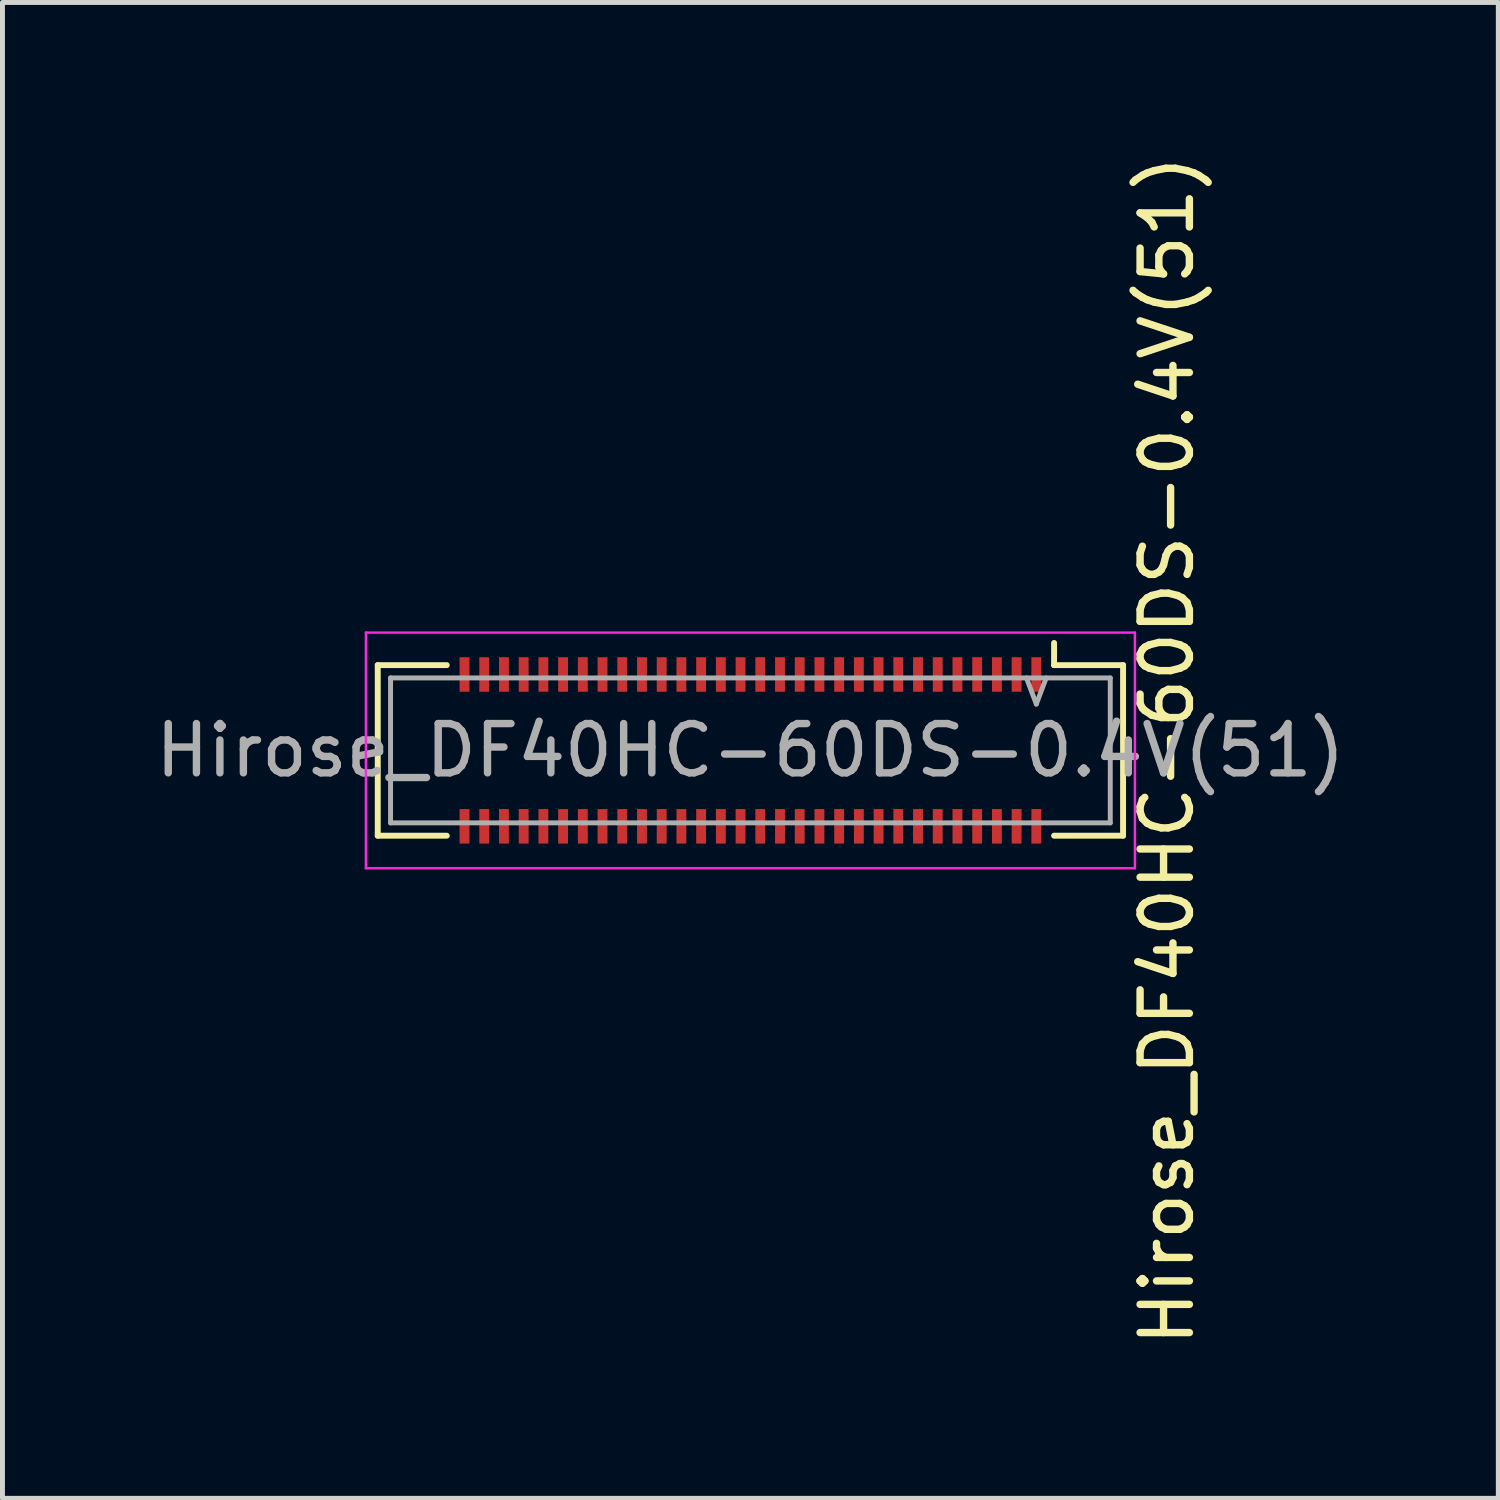
<source format=kicad_pcb>
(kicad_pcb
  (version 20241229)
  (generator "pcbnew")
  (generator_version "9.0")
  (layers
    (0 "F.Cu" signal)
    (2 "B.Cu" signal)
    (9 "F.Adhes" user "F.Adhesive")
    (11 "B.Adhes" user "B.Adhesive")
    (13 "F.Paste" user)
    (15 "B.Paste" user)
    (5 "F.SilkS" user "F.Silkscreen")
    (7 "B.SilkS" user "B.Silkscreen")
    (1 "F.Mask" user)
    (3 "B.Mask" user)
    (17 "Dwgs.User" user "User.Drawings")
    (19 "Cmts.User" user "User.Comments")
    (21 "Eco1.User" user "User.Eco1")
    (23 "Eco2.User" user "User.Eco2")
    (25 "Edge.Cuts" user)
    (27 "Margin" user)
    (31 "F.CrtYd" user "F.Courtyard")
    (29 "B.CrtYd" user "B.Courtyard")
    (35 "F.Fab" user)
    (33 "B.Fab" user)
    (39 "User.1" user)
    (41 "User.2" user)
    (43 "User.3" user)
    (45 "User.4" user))
  (footprint "Hirose_DF40HC-60DS-0.4V(51)"
    (layer "F.Cu")
    (at 12.173 12.173)
    (property "Reference" "Hirose_DF40HC-60DS-0.4V(51)" (at 8.45 0 90) (layer "F.SilkS") (effects (font (size 1 1) (thickness 0.15))))
    (attr through_hole)
    (fp_line (start -7.56 1.73) (end -7.56 -1.73) (stroke (width 0.12) (type solid)) (layer "F.SilkS"))
    (fp_line (start -6.16 -1.73) (end -7.56 -1.73) (stroke (width 0.12) (type solid)) (layer "F.SilkS"))
    (fp_line (start -6.16 1.73) (end -7.56 1.73) (stroke (width 0.12) (type solid)) (layer "F.SilkS"))
    (fp_line (start 6.16 -1.73) (end 6.16 -2.18) (stroke (width 0.12) (type solid)) (layer "F.SilkS"))
    (fp_line (start 6.16 -1.73) (end 7.56 -1.73) (stroke (width 0.12) (type solid)) (layer "F.SilkS"))
    (fp_line (start 6.16 1.73) (end 7.56 1.73) (stroke (width 0.12) (type solid)) (layer "F.SilkS"))
    (fp_line (start 7.56 -1.73) (end 7.56 1.73) (stroke (width 0.12) (type solid)) (layer "F.SilkS"))
    (fp_poly (pts (xy -5.9 0.75) (xy -5.7 0.75) (xy -5.7 1.19) (xy -5.9 1.19)) (stroke (width 0.001) (type solid)) (fill no) (layer "Cmts.User"))
    (fp_poly (pts (xy -5.7 -0.75) (xy -5.9 -0.75) (xy -5.9 -1.19) (xy -5.7 -1.19)) (stroke (width 0.001) (type solid)) (fill no) (layer "Cmts.User"))
    (fp_poly (pts (xy -5.5 0.75) (xy -5.3 0.75) (xy -5.3 1.19) (xy -5.5 1.19)) (stroke (width 0.001) (type solid)) (fill no) (layer "Cmts.User"))
    (fp_poly (pts (xy -5.3 -0.75) (xy -5.5 -0.75) (xy -5.5 -1.19) (xy -5.3 -1.19)) (stroke (width 0.001) (type solid)) (fill no) (layer "Cmts.User"))
    (fp_poly (pts (xy -5.1 0.75) (xy -4.9 0.75) (xy -4.9 1.19) (xy -5.1 1.19)) (stroke (width 0.001) (type solid)) (fill no) (layer "Cmts.User"))
    (fp_poly (pts (xy -4.9 -0.75) (xy -5.1 -0.75) (xy -5.1 -1.19) (xy -4.9 -1.19)) (stroke (width 0.001) (type solid)) (fill no) (layer "Cmts.User"))
    (fp_poly (pts (xy -4.7 0.75) (xy -4.5 0.75) (xy -4.5 1.19) (xy -4.7 1.19)) (stroke (width 0.001) (type solid)) (fill no) (layer "Cmts.User"))
    (fp_poly (pts (xy -4.5 -0.75) (xy -4.7 -0.75) (xy -4.7 -1.19) (xy -4.5 -1.19)) (stroke (width 0.001) (type solid)) (fill no) (layer "Cmts.User"))
    (fp_poly (pts (xy -4.3 0.75) (xy -4.1 0.75) (xy -4.1 1.19) (xy -4.3 1.19)) (stroke (width 0.001) (type solid)) (fill no) (layer "Cmts.User"))
    (fp_poly (pts (xy -4.1 -0.75) (xy -4.3 -0.75) (xy -4.3 -1.19) (xy -4.1 -1.19)) (stroke (width 0.001) (type solid)) (fill no) (layer "Cmts.User"))
    (fp_poly (pts (xy -3.9 0.75) (xy -3.7 0.75) (xy -3.7 1.19) (xy -3.9 1.19)) (stroke (width 0.001) (type solid)) (fill no) (layer "Cmts.User"))
    (fp_poly (pts (xy -3.7 -0.75) (xy -3.9 -0.75) (xy -3.9 -1.19) (xy -3.7 -1.19)) (stroke (width 0.001) (type solid)) (fill no) (layer "Cmts.User"))
    (fp_poly (pts (xy -3.5 0.75) (xy -3.3 0.75) (xy -3.3 1.19) (xy -3.5 1.19)) (stroke (width 0.001) (type solid)) (fill no) (layer "Cmts.User"))
    (fp_poly (pts (xy -3.3 -0.75) (xy -3.5 -0.75) (xy -3.5 -1.19) (xy -3.3 -1.19)) (stroke (width 0.001) (type solid)) (fill no) (layer "Cmts.User"))
    (fp_poly (pts (xy -3.1 0.75) (xy -2.9 0.75) (xy -2.9 1.19) (xy -3.1 1.19)) (stroke (width 0.001) (type solid)) (fill no) (layer "Cmts.User"))
    (fp_poly (pts (xy -2.9 -0.75) (xy -3.1 -0.75) (xy -3.1 -1.19) (xy -2.9 -1.19)) (stroke (width 0.001) (type solid)) (fill no) (layer "Cmts.User"))
    (fp_poly (pts (xy -2.7 0.75) (xy -2.5 0.75) (xy -2.5 1.19) (xy -2.7 1.19)) (stroke (width 0.001) (type solid)) (fill no) (layer "Cmts.User"))
    (fp_poly (pts (xy -2.5 -0.75) (xy -2.7 -0.75) (xy -2.7 -1.19) (xy -2.5 -1.19)) (stroke (width 0.001) (type solid)) (fill no) (layer "Cmts.User"))
    (fp_poly (pts (xy -2.3 0.75) (xy -2.1 0.75) (xy -2.1 1.19) (xy -2.3 1.19)) (stroke (width 0.001) (type solid)) (fill no) (layer "Cmts.User"))
    (fp_poly (pts (xy -2.1 -0.75) (xy -2.3 -0.75) (xy -2.3 -1.19) (xy -2.1 -1.19)) (stroke (width 0.001) (type solid)) (fill no) (layer "Cmts.User"))
    (fp_poly (pts (xy -1.9 0.75) (xy -1.7 0.75) (xy -1.7 1.19) (xy -1.9 1.19)) (stroke (width 0.001) (type solid)) (fill no) (layer "Cmts.User"))
    (fp_poly (pts (xy -1.7 -0.75) (xy -1.9 -0.75) (xy -1.9 -1.19) (xy -1.7 -1.19)) (stroke (width 0.001) (type solid)) (fill no) (layer "Cmts.User"))
    (fp_poly (pts (xy -1.5 0.75) (xy -1.3 0.75) (xy -1.3 1.19) (xy -1.5 1.19)) (stroke (width 0.001) (type solid)) (fill no) (layer "Cmts.User"))
    (fp_poly (pts (xy -1.3 -0.75) (xy -1.5 -0.75) (xy -1.5 -1.19) (xy -1.3 -1.19)) (stroke (width 0.001) (type solid)) (fill no) (layer "Cmts.User"))
    (fp_poly (pts (xy -1.1 0.75) (xy -0.9 0.75) (xy -0.9 1.19) (xy -1.1 1.19)) (stroke (width 0.001) (type solid)) (fill no) (layer "Cmts.User"))
    (fp_poly (pts (xy -0.9 -0.75) (xy -1.1 -0.75) (xy -1.1 -1.19) (xy -0.9 -1.19)) (stroke (width 0.001) (type solid)) (fill no) (layer "Cmts.User"))
    (fp_poly (pts (xy -0.7 0.75) (xy -0.5 0.75) (xy -0.5 1.19) (xy -0.7 1.19)) (stroke (width 0.001) (type solid)) (fill no) (layer "Cmts.User"))
    (fp_poly (pts (xy -0.5 -0.75) (xy -0.7 -0.75) (xy -0.7 -1.19) (xy -0.5 -1.19)) (stroke (width 0.001) (type solid)) (fill no) (layer "Cmts.User"))
    (fp_poly (pts (xy -0.3 0.75) (xy -0.1 0.75) (xy -0.1 1.19) (xy -0.3 1.19)) (stroke (width 0.001) (type solid)) (fill no) (layer "Cmts.User"))
    (fp_poly (pts (xy -0.1 -0.75) (xy -0.3 -0.75) (xy -0.3 -1.19) (xy -0.1 -1.19)) (stroke (width 0.001) (type solid)) (fill no) (layer "Cmts.User"))
    (fp_poly (pts (xy 0.1 0.75) (xy 0.3 0.75) (xy 0.3 1.19) (xy 0.1 1.19)) (stroke (width 0.001) (type solid)) (fill no) (layer "Cmts.User"))
    (fp_poly (pts (xy 0.3 -0.75) (xy 0.1 -0.75) (xy 0.1 -1.19) (xy 0.3 -1.19)) (stroke (width 0.001) (type solid)) (fill no) (layer "Cmts.User"))
    (fp_poly (pts (xy 0.5 0.75) (xy 0.7 0.75) (xy 0.7 1.19) (xy 0.5 1.19)) (stroke (width 0.001) (type solid)) (fill no) (layer "Cmts.User"))
    (fp_poly (pts (xy 0.7 -0.75) (xy 0.5 -0.75) (xy 0.5 -1.19) (xy 0.7 -1.19)) (stroke (width 0.001) (type solid)) (fill no) (layer "Cmts.User"))
    (fp_poly (pts (xy 0.9 0.75) (xy 1.1 0.75) (xy 1.1 1.19) (xy 0.9 1.19)) (stroke (width 0.001) (type solid)) (fill no) (layer "Cmts.User"))
    (fp_poly (pts (xy 1.1 -0.75) (xy 0.9 -0.75) (xy 0.9 -1.19) (xy 1.1 -1.19)) (stroke (width 0.001) (type solid)) (fill no) (layer "Cmts.User"))
    (fp_poly (pts (xy 1.3 0.75) (xy 1.5 0.75) (xy 1.5 1.19) (xy 1.3 1.19)) (stroke (width 0.001) (type solid)) (fill no) (layer "Cmts.User"))
    (fp_poly (pts (xy 1.5 -0.75) (xy 1.3 -0.75) (xy 1.3 -1.19) (xy 1.5 -1.19)) (stroke (width 0.001) (type solid)) (fill no) (layer "Cmts.User"))
    (fp_poly (pts (xy 1.7 0.75) (xy 1.9 0.75) (xy 1.9 1.19) (xy 1.7 1.19)) (stroke (width 0.001) (type solid)) (fill no) (layer "Cmts.User"))
    (fp_poly (pts (xy 1.9 -0.75) (xy 1.7 -0.75) (xy 1.7 -1.19) (xy 1.9 -1.19)) (stroke (width 0.001) (type solid)) (fill no) (layer "Cmts.User"))
    (fp_poly (pts (xy 2.1 0.75) (xy 2.3 0.75) (xy 2.3 1.19) (xy 2.1 1.19)) (stroke (width 0.001) (type solid)) (fill no) (layer "Cmts.User"))
    (fp_poly (pts (xy 2.3 -0.75) (xy 2.1 -0.75) (xy 2.1 -1.19) (xy 2.3 -1.19)) (stroke (width 0.001) (type solid)) (fill no) (layer "Cmts.User"))
    (fp_poly (pts (xy 2.5 0.75) (xy 2.7 0.75) (xy 2.7 1.19) (xy 2.5 1.19)) (stroke (width 0.001) (type solid)) (fill no) (layer "Cmts.User"))
    (fp_poly (pts (xy 2.7 -0.75) (xy 2.5 -0.75) (xy 2.5 -1.19) (xy 2.7 -1.19)) (stroke (width 0.001) (type solid)) (fill no) (layer "Cmts.User"))
    (fp_poly (pts (xy 2.9 0.75) (xy 3.1 0.75) (xy 3.1 1.19) (xy 2.9 1.19)) (stroke (width 0.001) (type solid)) (fill no) (layer "Cmts.User"))
    (fp_poly (pts (xy 3.1 -0.75) (xy 2.9 -0.75) (xy 2.9 -1.19) (xy 3.1 -1.19)) (stroke (width 0.001) (type solid)) (fill no) (layer "Cmts.User"))
    (fp_poly (pts (xy 3.3 0.75) (xy 3.5 0.75) (xy 3.5 1.19) (xy 3.3 1.19)) (stroke (width 0.001) (type solid)) (fill no) (layer "Cmts.User"))
    (fp_poly (pts (xy 3.5 -0.75) (xy 3.3 -0.75) (xy 3.3 -1.19) (xy 3.5 -1.19)) (stroke (width 0.001) (type solid)) (fill no) (layer "Cmts.User"))
    (fp_poly (pts (xy 3.7 0.75) (xy 3.9 0.75) (xy 3.9 1.19) (xy 3.7 1.19)) (stroke (width 0.001) (type solid)) (fill no) (layer "Cmts.User"))
    (fp_poly (pts (xy 3.9 -0.75) (xy 3.7 -0.75) (xy 3.7 -1.19) (xy 3.9 -1.19)) (stroke (width 0.001) (type solid)) (fill no) (layer "Cmts.User"))
    (fp_poly (pts (xy 4.1 0.75) (xy 4.3 0.75) (xy 4.3 1.19) (xy 4.1 1.19)) (stroke (width 0.001) (type solid)) (fill no) (layer "Cmts.User"))
    (fp_poly (pts (xy 4.3 -0.75) (xy 4.1 -0.75) (xy 4.1 -1.19) (xy 4.3 -1.19)) (stroke (width 0.001) (type solid)) (fill no) (layer "Cmts.User"))
    (fp_poly (pts (xy 4.5 0.75) (xy 4.7 0.75) (xy 4.7 1.19) (xy 4.5 1.19)) (stroke (width 0.001) (type solid)) (fill no) (layer "Cmts.User"))
    (fp_poly (pts (xy 4.7 -0.75) (xy 4.5 -0.75) (xy 4.5 -1.19) (xy 4.7 -1.19)) (stroke (width 0.001) (type solid)) (fill no) (layer "Cmts.User"))
    (fp_poly (pts (xy 4.9 0.75) (xy 5.1 0.75) (xy 5.1 1.19) (xy 4.9 1.19)) (stroke (width 0.001) (type solid)) (fill no) (layer "Cmts.User"))
    (fp_poly (pts (xy 5.1 -0.75) (xy 4.9 -0.75) (xy 4.9 -1.19) (xy 5.1 -1.19)) (stroke (width 0.001) (type solid)) (fill no) (layer "Cmts.User"))
    (fp_poly (pts (xy 5.3 0.75) (xy 5.5 0.75) (xy 5.5 1.19) (xy 5.3 1.19)) (stroke (width 0.001) (type solid)) (fill no) (layer "Cmts.User"))
    (fp_poly (pts (xy 5.5 -0.75) (xy 5.3 -0.75) (xy 5.3 -1.19) (xy 5.5 -1.19)) (stroke (width 0.001) (type solid)) (fill no) (layer "Cmts.User"))
    (fp_poly (pts (xy 5.7 0.75) (xy 5.9 0.75) (xy 5.9 1.19) (xy 5.7 1.19)) (stroke (width 0.001) (type solid)) (fill no) (layer "Cmts.User"))
    (fp_poly (pts (xy 5.9 -0.75) (xy 5.7 -0.75) (xy 5.7 -1.19) (xy 5.9 -1.19)) (stroke (width 0.001) (type solid)) (fill no) (layer "Cmts.User"))
    (fp_line (start -7.8 2.39) (end -7.8 -2.39) (stroke (width 0.05) (type solid)) (layer "F.CrtYd"))
    (fp_line (start -7.8 2.39) (end 7.8 2.39) (stroke (width 0.05) (type solid)) (layer "F.CrtYd"))
    (fp_line (start 7.8 -2.39) (end -7.8 -2.39) (stroke (width 0.05) (type solid)) (layer "F.CrtYd"))
    (fp_line (start 7.8 -2.39) (end 7.8 2.39) (stroke (width 0.05) (type solid)) (layer "F.CrtYd"))
    (fp_line (start -7.3 -1.47) (end 7.3 -1.47) (stroke (width 0.1) (type solid)) (layer "F.Fab"))
    (fp_line (start -7.3 1.47) (end -7.3 -1.47) (stroke (width 0.1) (type solid)) (layer "F.Fab"))
    (fp_line (start 5.6 -1.47) (end 5.8 -0.94) (stroke (width 0.1) (type solid)) (layer "F.Fab"))
    (fp_line (start 6 -1.47) (end 5.8 -0.94) (stroke (width 0.1) (type solid)) (layer "F.Fab"))
    (fp_line (start 7.3 -1.47) (end 7.3 1.47) (stroke (width 0.1) (type solid)) (layer "F.Fab"))
    (fp_line (start 7.3 1.47) (end -7.3 1.47) (stroke (width 0.1) (type solid)) (layer "F.Fab"))
    (fp_text user "${REFERENCE}" (at 0 0 0) (layer "F.Fab") (effects (font (size 1 1) (thickness 0.15))))
    (pad "1" smd rect (at 5.8 -1.54) (size 0.2 0.7) (layers "F.Cu" "F.Mask" "F.Paste"))
    (pad "2" smd rect (at 5.8 1.54) (size 0.2 0.7) (layers "F.Cu" "F.Mask" "F.Paste"))
    (pad "3" smd rect (at 5.4 -1.54) (size 0.2 0.7) (layers "F.Cu" "F.Mask" "F.Paste"))
    (pad "4" smd rect (at 5.4 1.54) (size 0.2 0.7) (layers "F.Cu" "F.Mask" "F.Paste"))
    (pad "5" smd rect (at 5 -1.54) (size 0.2 0.7) (layers "F.Cu" "F.Mask" "F.Paste"))
    (pad "6" smd rect (at 5 1.54) (size 0.2 0.7) (layers "F.Cu" "F.Mask" "F.Paste"))
    (pad "7" smd rect (at 4.6 -1.54) (size 0.2 0.7) (layers "F.Cu" "F.Mask" "F.Paste"))
    (pad "8" smd rect (at 4.6 1.54) (size 0.2 0.7) (layers "F.Cu" "F.Mask" "F.Paste"))
    (pad "9" smd rect (at 4.2 -1.54) (size 0.2 0.7) (layers "F.Cu" "F.Mask" "F.Paste"))
    (pad "10" smd rect (at 4.2 1.54) (size 0.2 0.7) (layers "F.Cu" "F.Mask" "F.Paste"))
    (pad "11" smd rect (at 3.8 -1.54) (size 0.2 0.7) (layers "F.Cu" "F.Mask" "F.Paste"))
    (pad "12" smd rect (at 3.8 1.54) (size 0.2 0.7) (layers "F.Cu" "F.Mask" "F.Paste"))
    (pad "13" smd rect (at 3.4 -1.54) (size 0.2 0.7) (layers "F.Cu" "F.Mask" "F.Paste"))
    (pad "14" smd rect (at 3.4 1.54) (size 0.2 0.7) (layers "F.Cu" "F.Mask" "F.Paste"))
    (pad "15" smd rect (at 3 -1.54) (size 0.2 0.7) (layers "F.Cu" "F.Mask" "F.Paste"))
    (pad "16" smd rect (at 3 1.54) (size 0.2 0.7) (layers "F.Cu" "F.Mask" "F.Paste"))
    (pad "17" smd rect (at 2.6 -1.54) (size 0.2 0.7) (layers "F.Cu" "F.Mask" "F.Paste"))
    (pad "18" smd rect (at 2.6 1.54) (size 0.2 0.7) (layers "F.Cu" "F.Mask" "F.Paste"))
    (pad "19" smd rect (at 2.2 -1.54) (size 0.2 0.7) (layers "F.Cu" "F.Mask" "F.Paste"))
    (pad "20" smd rect (at 2.2 1.54) (size 0.2 0.7) (layers "F.Cu" "F.Mask" "F.Paste"))
    (pad "21" smd rect (at 1.8 -1.54) (size 0.2 0.7) (layers "F.Cu" "F.Mask" "F.Paste"))
    (pad "22" smd rect (at 1.8 1.54) (size 0.2 0.7) (layers "F.Cu" "F.Mask" "F.Paste"))
    (pad "23" smd rect (at 1.4 -1.54) (size 0.2 0.7) (layers "F.Cu" "F.Mask" "F.Paste"))
    (pad "24" smd rect (at 1.4 1.54) (size 0.2 0.7) (layers "F.Cu" "F.Mask" "F.Paste"))
    (pad "25" smd rect (at 1 -1.54) (size 0.2 0.7) (layers "F.Cu" "F.Mask" "F.Paste"))
    (pad "26" smd rect (at 1 1.54) (size 0.2 0.7) (layers "F.Cu" "F.Mask" "F.Paste"))
    (pad "27" smd rect (at 0.6 -1.54) (size 0.2 0.7) (layers "F.Cu" "F.Mask" "F.Paste"))
    (pad "28" smd rect (at 0.6 1.54) (size 0.2 0.7) (layers "F.Cu" "F.Mask" "F.Paste"))
    (pad "29" smd rect (at 0.2 -1.54) (size 0.2 0.7) (layers "F.Cu" "F.Mask" "F.Paste"))
    (pad "30" smd rect (at 0.2 1.54) (size 0.2 0.7) (layers "F.Cu" "F.Mask" "F.Paste"))
    (pad "31" smd rect (at -0.2 -1.54) (size 0.2 0.7) (layers "F.Cu" "F.Mask" "F.Paste"))
    (pad "32" smd rect (at -0.2 1.54) (size 0.2 0.7) (layers "F.Cu" "F.Mask" "F.Paste"))
    (pad "33" smd rect (at -0.6 -1.54) (size 0.2 0.7) (layers "F.Cu" "F.Mask" "F.Paste"))
    (pad "34" smd rect (at -0.6 1.54) (size 0.2 0.7) (layers "F.Cu" "F.Mask" "F.Paste"))
    (pad "35" smd rect (at -1 -1.54) (size 0.2 0.7) (layers "F.Cu" "F.Mask" "F.Paste"))
    (pad "36" smd rect (at -1 1.54) (size 0.2 0.7) (layers "F.Cu" "F.Mask" "F.Paste"))
    (pad "37" smd rect (at -1.4 -1.54) (size 0.2 0.7) (layers "F.Cu" "F.Mask" "F.Paste"))
    (pad "38" smd rect (at -1.4 1.54) (size 0.2 0.7) (layers "F.Cu" "F.Mask" "F.Paste"))
    (pad "39" smd rect (at -1.8 -1.54) (size 0.2 0.7) (layers "F.Cu" "F.Mask" "F.Paste"))
    (pad "40" smd rect (at -1.8 1.54) (size 0.2 0.7) (layers "F.Cu" "F.Mask" "F.Paste"))
    (pad "41" smd rect (at -2.2 -1.54) (size 0.2 0.7) (layers "F.Cu" "F.Mask" "F.Paste"))
    (pad "42" smd rect (at -2.2 1.54) (size 0.2 0.7) (layers "F.Cu" "F.Mask" "F.Paste"))
    (pad "43" smd rect (at -2.6 -1.54) (size 0.2 0.7) (layers "F.Cu" "F.Mask" "F.Paste"))
    (pad "44" smd rect (at -2.6 1.54) (size 0.2 0.7) (layers "F.Cu" "F.Mask" "F.Paste"))
    (pad "45" smd rect (at -3 -1.54) (size 0.2 0.7) (layers "F.Cu" "F.Mask" "F.Paste"))
    (pad "46" smd rect (at -3 1.54) (size 0.2 0.7) (layers "F.Cu" "F.Mask" "F.Paste"))
    (pad "47" smd rect (at -3.4 -1.54) (size 0.2 0.7) (layers "F.Cu" "F.Mask" "F.Paste"))
    (pad "48" smd rect (at -3.4 1.54) (size 0.2 0.7) (layers "F.Cu" "F.Mask" "F.Paste"))
    (pad "49" smd rect (at -3.8 -1.54) (size 0.2 0.7) (layers "F.Cu" "F.Mask" "F.Paste"))
    (pad "50" smd rect (at -3.8 1.54) (size 0.2 0.7) (layers "F.Cu" "F.Mask" "F.Paste"))
    (pad "51" smd rect (at -4.2 -1.54) (size 0.2 0.7) (layers "F.Cu" "F.Mask" "F.Paste"))
    (pad "52" smd rect (at -4.2 1.54) (size 0.2 0.7) (layers "F.Cu" "F.Mask" "F.Paste"))
    (pad "53" smd rect (at -4.6 -1.54) (size 0.2 0.7) (layers "F.Cu" "F.Mask" "F.Paste"))
    (pad "54" smd rect (at -4.6 1.54) (size 0.2 0.7) (layers "F.Cu" "F.Mask" "F.Paste"))
    (pad "55" smd rect (at -5 -1.54) (size 0.2 0.7) (layers "F.Cu" "F.Mask" "F.Paste"))
    (pad "56" smd rect (at -5 1.54) (size 0.2 0.7) (layers "F.Cu" "F.Mask" "F.Paste"))
    (pad "57" smd rect (at -5.4 -1.54) (size 0.2 0.7) (layers "F.Cu" "F.Mask" "F.Paste"))
    (pad "58" smd rect (at -5.4 1.54) (size 0.2 0.7) (layers "F.Cu" "F.Mask" "F.Paste"))
    (pad "59" smd rect (at -5.8 -1.54) (size 0.2 0.7) (layers "F.Cu" "F.Mask" "F.Paste"))
    (pad "60" smd rect (at -5.8 1.54) (size 0.2 0.7) (layers "F.Cu" "F.Mask" "F.Paste")))
  (gr_rect
    (start -3 -3)
    (end 27.345 27.345)
    (stroke (width 0.1) (type default))
    (fill no)
    (layer "Edge.Cuts")))
</source>
